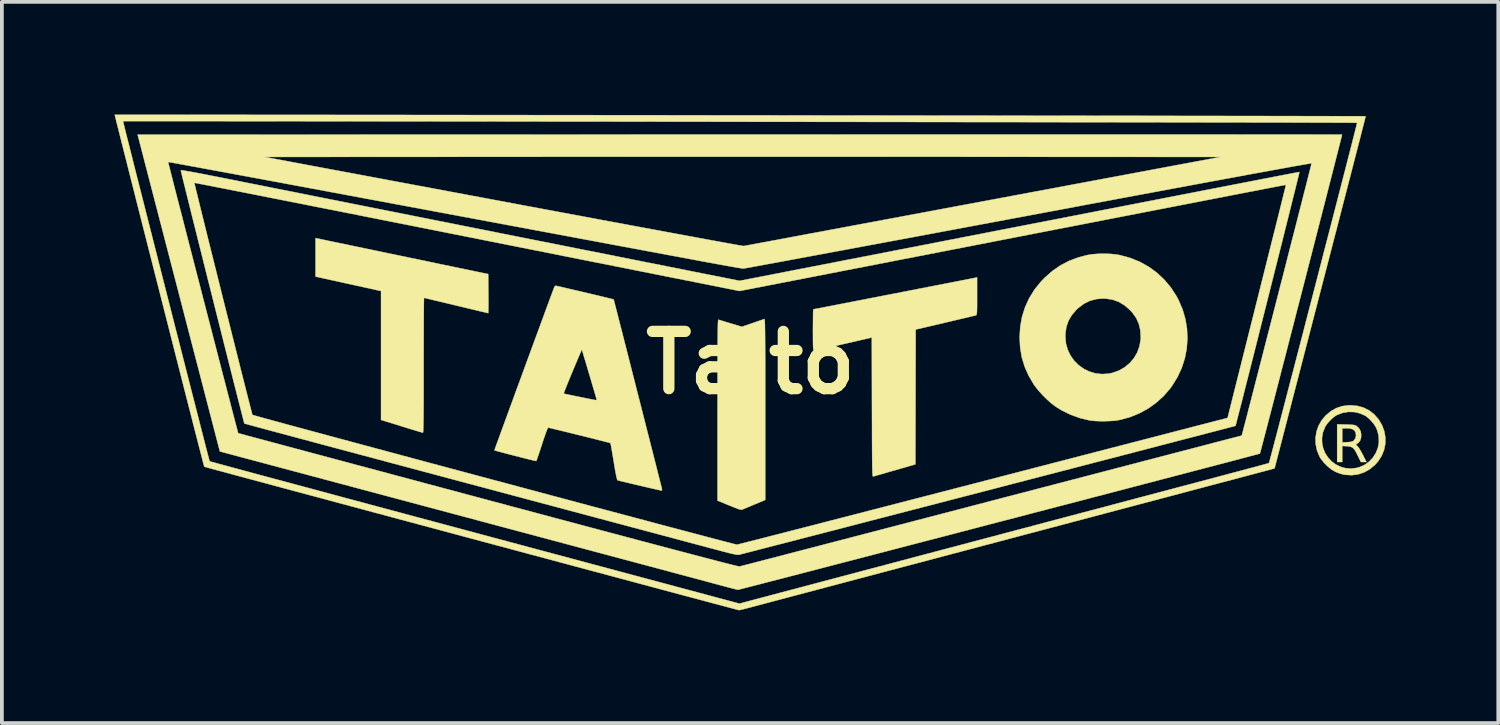
<source format=kicad_pcb>
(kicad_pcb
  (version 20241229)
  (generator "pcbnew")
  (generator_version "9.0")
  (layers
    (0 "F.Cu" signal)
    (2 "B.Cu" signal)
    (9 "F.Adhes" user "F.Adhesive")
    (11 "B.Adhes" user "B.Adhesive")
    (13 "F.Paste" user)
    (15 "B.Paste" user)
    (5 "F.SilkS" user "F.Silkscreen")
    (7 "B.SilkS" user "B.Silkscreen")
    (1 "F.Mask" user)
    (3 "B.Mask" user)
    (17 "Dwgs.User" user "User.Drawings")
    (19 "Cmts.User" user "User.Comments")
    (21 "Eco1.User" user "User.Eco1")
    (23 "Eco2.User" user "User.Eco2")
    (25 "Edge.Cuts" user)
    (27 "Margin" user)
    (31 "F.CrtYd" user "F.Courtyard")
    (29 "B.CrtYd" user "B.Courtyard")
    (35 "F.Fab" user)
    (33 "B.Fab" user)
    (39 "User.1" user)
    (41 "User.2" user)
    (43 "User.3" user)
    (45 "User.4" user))
  (footprint "Taito"
    (layer "F.Cu")
    (at 16.931 6.606)
    (property "Reference" "Taito" (at 0 0 0) (layer "F.SilkS") (effects (font (size 1.524 1.524) (thickness 0.3))))
    (attr through_hole)
    (fp_poly (pts (xy 15.848 1.645) (xy 15.945 1.648) (xy 16.014 1.652) (xy 16.062 1.658) (xy 16.095 1.666) (xy 16.12 1.678) (xy 16.131 1.686) (xy 16.199 1.75) (xy 16.238 1.824) (xy 16.252 1.901) (xy 16.249 1.995) (xy 16.223 2.074) (xy 16.177 2.132) (xy 16.157 2.146) (xy 16.108 2.174) (xy 16.157 2.224) (xy 16.185 2.259) (xy 16.222 2.316) (xy 16.263 2.388) (xy 16.3 2.458) (xy 16.392 2.642) (xy 16.244 2.642) (xy 16.158 2.465) (xy 16.112 2.374) (xy 16.072 2.309) (xy 16.032 2.267) (xy 15.988 2.241) (xy 15.932 2.227) (xy 15.864 2.221) (xy 15.748 2.214) (xy 15.748 2.642) (xy 15.613 2.642) (xy 15.613 1.744) (xy 15.748 1.744) (xy 15.748 2.12) (xy 15.882 2.114) (xy 15.954 2.109) (xy 16.002 2.101) (xy 16.034 2.087) (xy 16.06 2.067) (xy 16.101 2.006) (xy 16.116 1.931) (xy 16.104 1.857) (xy 16.073 1.803) (xy 16.018 1.767) (xy 15.937 1.748) (xy 15.86 1.744) (xy 15.748 1.744) (xy 15.613 1.744) (xy 15.613 1.639) (xy 15.848 1.645)) (stroke (width 0.01) (type solid)) (fill yes) (layer "F.SilkS"))
    (fp_poly (pts (xy 0.371 -1.16) (xy 0.374 -1.142) (xy 0.377 -1.109) (xy 0.379 -1.061) (xy 0.381 -0.995) (xy 0.382 -0.911) (xy 0.384 -0.807) (xy 0.385 -0.681) (xy 0.386 -0.533) (xy 0.387 -0.36) (xy 0.388 -0.162) (xy 0.389 0.063) (xy 0.389 0.317) (xy 0.389 0.6) (xy 0.389 0.915) (xy 0.389 1.239) (xy 0.389 3.651) (xy 0.114 3.767) (xy 0.021 3.806) (xy -0.065 3.842) (xy -0.137 3.872) (xy -0.189 3.894) (xy -0.212 3.903) (xy -0.231 3.909) (xy -0.253 3.911) (xy -0.282 3.906) (xy -0.324 3.894) (xy -0.381 3.873) (xy -0.46 3.842) (xy -0.566 3.799) (xy -0.572 3.797) (xy -0.881 3.67) (xy -0.881 1.257) (xy -0.88 0.912) (xy -0.88 0.6) (xy -0.88 0.318) (xy -0.88 0.066) (xy -0.879 -0.157) (xy -0.878 -0.354) (xy -0.877 -0.525) (xy -0.876 -0.672) (xy -0.875 -0.797) (xy -0.873 -0.9) (xy -0.872 -0.983) (xy -0.87 -1.047) (xy -0.867 -1.094) (xy -0.865 -1.126) (xy -0.862 -1.143) (xy -0.859 -1.147) (xy -0.837 -1.14) (xy -0.788 -1.125) (xy -0.717 -1.104) (xy -0.631 -1.077) (xy -0.536 -1.049) (xy -0.233 -0.958) (xy 0.057 -1.057) (xy 0.151 -1.09) (xy 0.235 -1.119) (xy 0.303 -1.142) (xy 0.349 -1.158) (xy 0.368 -1.165) (xy 0.371 -1.16)) (stroke (width 0.01) (type solid)) (fill yes) (layer "F.SilkS"))
    (fp_poly (pts (xy 16.148 1.148) (xy 16.315 1.194) (xy 16.466 1.27) (xy 16.6 1.374) (xy 16.716 1.507) (xy 16.72 1.513) (xy 16.81 1.666) (xy 16.869 1.828) (xy 16.897 1.994) (xy 16.894 2.16) (xy 16.861 2.323) (xy 16.798 2.479) (xy 16.704 2.624) (xy 16.622 2.717) (xy 16.483 2.833) (xy 16.331 2.918) (xy 16.17 2.972) (xy 15.999 2.993) (xy 15.823 2.982) (xy 15.765 2.971) (xy 15.689 2.95) (xy 15.605 2.919) (xy 15.545 2.892) (xy 15.452 2.834) (xy 15.354 2.754) (xy 15.263 2.662) (xy 15.186 2.566) (xy 15.144 2.498) (xy 15.077 2.336) (xy 15.042 2.168) (xy 15.037 2) (xy 15.038 1.998) (xy 15.209 1.998) (xy 15.212 2.14) (xy 15.241 2.277) (xy 15.293 2.404) (xy 15.368 2.52) (xy 15.461 2.621) (xy 15.571 2.704) (xy 15.694 2.766) (xy 15.829 2.805) (xy 15.974 2.818) (xy 16.125 2.801) (xy 16.197 2.782) (xy 16.337 2.722) (xy 16.459 2.636) (xy 16.562 2.528) (xy 16.642 2.403) (xy 16.697 2.266) (xy 16.724 2.12) (xy 16.72 1.97) (xy 16.716 1.944) (xy 16.698 1.866) (xy 16.674 1.786) (xy 16.653 1.734) (xy 16.602 1.649) (xy 16.533 1.561) (xy 16.455 1.482) (xy 16.378 1.421) (xy 16.363 1.411) (xy 16.22 1.347) (xy 16.068 1.312) (xy 15.912 1.308) (xy 15.759 1.333) (xy 15.613 1.389) (xy 15.575 1.41) (xy 15.507 1.459) (xy 15.434 1.527) (xy 15.365 1.602) (xy 15.311 1.675) (xy 15.293 1.707) (xy 15.235 1.852) (xy 15.209 1.998) (xy 15.038 1.998) (xy 15.063 1.834) (xy 15.118 1.676) (xy 15.202 1.529) (xy 15.305 1.407) (xy 15.441 1.292) (xy 15.586 1.209) (xy 15.742 1.156) (xy 15.914 1.133) (xy 15.968 1.132) (xy 16.148 1.148)) (stroke (width 0.01) (type solid)) (fill yes) (layer "F.SilkS"))
    (fp_poly (pts (xy -11.544 -3.31) (xy -11.525 -3.306) (xy -11.474 -3.296) (xy -11.396 -3.279) (xy -11.291 -3.257) (xy -11.162 -3.23) (xy -11.012 -3.199) (xy -10.843 -3.164) (xy -10.657 -3.125) (xy -10.457 -3.083) (xy -10.245 -3.039) (xy -10.023 -2.993) (xy -9.794 -2.945) (xy -9.56 -2.896) (xy -9.323 -2.847) (xy -9.086 -2.797) (xy -8.851 -2.749) (xy -8.621 -2.701) (xy -8.397 -2.654) (xy -8.183 -2.609) (xy -7.98 -2.567) (xy -7.79 -2.528) (xy -7.618 -2.492) (xy -7.463 -2.46) (xy -7.33 -2.432) (xy -7.219 -2.409) (xy -7.135 -2.392) (xy -7.087 -2.382) (xy -6.985 -2.361) (xy -6.981 -1.841) (xy -6.98 -1.712) (xy -6.979 -1.595) (xy -6.98 -1.493) (xy -6.981 -1.412) (xy -6.982 -1.354) (xy -6.984 -1.324) (xy -6.985 -1.321) (xy -7.003 -1.325) (xy -7.05 -1.336) (xy -7.124 -1.353) (xy -7.222 -1.376) (xy -7.34 -1.405) (xy -7.476 -1.437) (xy -7.625 -1.473) (xy -7.786 -1.511) (xy -7.839 -1.524) (xy -8.002 -1.563) (xy -8.156 -1.6) (xy -8.297 -1.634) (xy -8.421 -1.663) (xy -8.525 -1.688) (xy -8.607 -1.707) (xy -8.664 -1.721) (xy -8.692 -1.727) (xy -8.694 -1.727) (xy -8.695 -1.711) (xy -8.696 -1.662) (xy -8.698 -1.585) (xy -8.699 -1.48) (xy -8.7 -1.35) (xy -8.701 -1.197) (xy -8.702 -1.023) (xy -8.702 -0.831) (xy -8.703 -0.623) (xy -8.703 -0.401) (xy -8.704 -0.167) (xy -8.704 0.068) (xy -8.704 0.364) (xy -8.704 0.627) (xy -8.704 0.86) (xy -8.705 1.064) (xy -8.706 1.241) (xy -8.707 1.392) (xy -8.708 1.518) (xy -8.71 1.622) (xy -8.712 1.705) (xy -8.714 1.769) (xy -8.716 1.814) (xy -8.719 1.844) (xy -8.722 1.859) (xy -8.725 1.861) (xy -8.746 1.856) (xy -8.795 1.842) (xy -8.868 1.821) (xy -8.959 1.793) (xy -9.065 1.761) (xy -9.178 1.726) (xy -9.3 1.688) (xy -9.418 1.651) (xy -9.525 1.618) (xy -9.617 1.59) (xy -9.687 1.568) (xy -9.724 1.557) (xy -9.838 1.523) (xy -9.838 -1.909) (xy -10.71 -2.101) (xy -11.582 -2.293) (xy -11.582 -3.32) (xy -11.544 -3.31)) (stroke (width 0.01) (type solid)) (fill yes) (layer "F.SilkS"))
    (fp_poly (pts (xy 6.028 -1.772) (xy 6.028 -1.628) (xy 6.028 -1.515) (xy 6.026 -1.428) (xy 6.025 -1.364) (xy 6.022 -1.32) (xy 6.017 -1.291) (xy 6.012 -1.274) (xy 6.004 -1.266) (xy 5.999 -1.263) (xy 5.977 -1.257) (xy 5.925 -1.245) (xy 5.847 -1.226) (xy 5.746 -1.202) (xy 5.626 -1.174) (xy 5.489 -1.142) (xy 5.34 -1.106) (xy 5.182 -1.069) (xy 4.394 -0.885) (xy 4.386 2.704) (xy 3.84 2.862) (xy 3.708 2.899) (xy 3.587 2.934) (xy 3.479 2.966) (xy 3.388 2.992) (xy 3.32 3.011) (xy 3.277 3.024) (xy 3.264 3.027) (xy 3.259 3.027) (xy 3.255 3.023) (xy 3.252 3.013) (xy 3.248 2.995) (xy 3.245 2.968) (xy 3.243 2.929) (xy 3.241 2.877) (xy 3.239 2.81) (xy 3.237 2.726) (xy 3.236 2.623) (xy 3.235 2.499) (xy 3.234 2.353) (xy 3.233 2.182) (xy 3.232 1.985) (xy 3.232 1.76) (xy 3.231 1.505) (xy 3.23 1.219) (xy 3.23 1.182) (xy 3.226 -0.672) (xy 2.472 -0.498) (xy 2.317 -0.462) (xy 2.171 -0.429) (xy 2.038 -0.398) (xy 1.922 -0.372) (xy 1.825 -0.351) (xy 1.752 -0.335) (xy 1.705 -0.325) (xy 1.689 -0.323) (xy 1.681 -0.324) (xy 1.674 -0.332) (xy 1.669 -0.349) (xy 1.666 -0.379) (xy 1.663 -0.426) (xy 1.661 -0.492) (xy 1.66 -0.581) (xy 1.66 -0.696) (xy 1.659 -0.842) (xy 1.659 -0.872) (xy 1.66 -1.005) (xy 1.661 -1.126) (xy 1.662 -1.232) (xy 1.663 -1.318) (xy 1.665 -1.381) (xy 1.667 -1.416) (xy 1.669 -1.422) (xy 1.686 -1.426) (xy 1.734 -1.435) (xy 1.81 -1.449) (xy 1.913 -1.469) (xy 2.039 -1.494) (xy 2.186 -1.522) (xy 2.353 -1.555) (xy 2.535 -1.59) (xy 2.732 -1.628) (xy 2.941 -1.669) (xy 3.159 -1.712) (xy 3.384 -1.755) (xy 3.614 -1.8) (xy 3.846 -1.845) (xy 4.078 -1.89) (xy 4.307 -1.935) (xy 4.531 -1.979) (xy 4.748 -2.021) (xy 4.954 -2.061) (xy 5.149 -2.099) (xy 5.33 -2.134) (xy 5.493 -2.166) (xy 5.637 -2.194) (xy 5.759 -2.218) (xy 5.858 -2.238) (xy 5.929 -2.252) (xy 5.972 -2.26) (xy 5.982 -2.262) (xy 6.028 -2.272) (xy 6.028 -1.772)) (stroke (width 0.01) (type solid)) (fill yes) (layer "F.SilkS"))
    (fp_poly (pts (xy 9.597 -2.896) (xy 9.754 -2.879) (xy 9.834 -2.864) (xy 10.104 -2.79) (xy 10.359 -2.687) (xy 10.595 -2.556) (xy 10.813 -2.398) (xy 11.009 -2.214) (xy 11.184 -2.007) (xy 11.334 -1.777) (xy 11.392 -1.667) (xy 11.499 -1.418) (xy 11.573 -1.161) (xy 11.616 -0.899) (xy 11.627 -0.636) (xy 11.608 -0.373) (xy 11.557 -0.114) (xy 11.475 0.138) (xy 11.363 0.381) (xy 11.221 0.612) (xy 11.176 0.675) (xy 11.002 0.878) (xy 10.804 1.059) (xy 10.586 1.216) (xy 10.35 1.345) (xy 10.101 1.447) (xy 9.842 1.518) (xy 9.764 1.532) (xy 9.665 1.545) (xy 9.545 1.552) (xy 9.413 1.556) (xy 9.28 1.555) (xy 9.157 1.549) (xy 9.052 1.539) (xy 9.017 1.533) (xy 8.763 1.472) (xy 8.514 1.382) (xy 8.279 1.267) (xy 8.115 1.165) (xy 8.006 1.082) (xy 7.889 0.978) (xy 7.771 0.861) (xy 7.663 0.741) (xy 7.571 0.625) (xy 7.539 0.58) (xy 7.4 0.344) (xy 7.294 0.105) (xy 7.219 -0.142) (xy 7.175 -0.401) (xy 7.161 -0.673) (xy 7.161 -0.677) (xy 7.161 -0.686) (xy 8.377 -0.686) (xy 8.395 -0.508) (xy 8.442 -0.342) (xy 8.516 -0.19) (xy 8.613 -0.054) (xy 8.731 0.063) (xy 8.866 0.16) (xy 9.016 0.234) (xy 9.177 0.282) (xy 9.346 0.302) (xy 9.521 0.292) (xy 9.625 0.271) (xy 9.798 0.211) (xy 9.953 0.123) (xy 10.088 0.012) (xy 10.201 -0.12) (xy 10.289 -0.269) (xy 10.35 -0.434) (xy 10.381 -0.609) (xy 10.385 -0.686) (xy 10.373 -0.87) (xy 10.333 -1.037) (xy 10.264 -1.19) (xy 10.163 -1.332) (xy 10.094 -1.407) (xy 9.951 -1.53) (xy 9.797 -1.621) (xy 9.633 -1.68) (xy 9.456 -1.707) (xy 9.381 -1.71) (xy 9.199 -1.694) (xy 9.029 -1.648) (xy 8.872 -1.57) (xy 8.724 -1.46) (xy 8.668 -1.407) (xy 8.55 -1.269) (xy 8.463 -1.122) (xy 8.407 -0.963) (xy 8.38 -0.789) (xy 8.377 -0.686) (xy 7.161 -0.686) (xy 7.177 -0.957) (xy 7.225 -1.224) (xy 7.305 -1.478) (xy 7.415 -1.719) (xy 7.556 -1.947) (xy 7.729 -2.161) (xy 7.839 -2.274) (xy 8.039 -2.449) (xy 8.25 -2.594) (xy 8.475 -2.711) (xy 8.719 -2.803) (xy 8.955 -2.865) (xy 9.095 -2.888) (xy 9.256 -2.9) (xy 9.427 -2.903) (xy 9.597 -2.896)) (stroke (width 0.01) (type solid)) (fill yes) (layer "F.SilkS"))
    (fp_poly (pts (xy -5.165 -2.045) (xy -5.117 -2.034) (xy -5.044 -2.018) (xy -4.95 -1.996) (xy -4.839 -1.97) (xy -4.715 -1.941) (xy -4.582 -1.91) (xy -4.445 -1.878) (xy -4.306 -1.845) (xy -4.171 -1.813) (xy -4.043 -1.783) (xy -3.926 -1.755) (xy -3.825 -1.73) (xy -3.742 -1.71) (xy -3.683 -1.695) (xy -3.65 -1.687) (xy -3.646 -1.686) (xy -3.641 -1.669) (xy -3.629 -1.622) (xy -3.61 -1.547) (xy -3.584 -1.445) (xy -3.551 -1.319) (xy -3.514 -1.172) (xy -3.471 -1.004) (xy -3.423 -0.818) (xy -3.372 -0.617) (xy -3.317 -0.403) (xy -3.26 -0.177) (xy -3.2 0.057) (xy -3.139 0.299) (xy -3.076 0.545) (xy -3.013 0.794) (xy -2.949 1.043) (xy -2.886 1.29) (xy -2.824 1.534) (xy -2.764 1.771) (xy -2.705 2) (xy -2.65 2.219) (xy -2.597 2.425) (xy -2.549 2.617) (xy -2.504 2.791) (xy -2.465 2.947) (xy -2.431 3.081) (xy -2.403 3.192) (xy -2.381 3.278) (xy -2.367 3.335) (xy -2.361 3.357) (xy -2.358 3.392) (xy -2.371 3.402) (xy -2.373 3.402) (xy -2.395 3.398) (xy -2.445 3.387) (xy -2.52 3.37) (xy -2.617 3.348) (xy -2.73 3.322) (xy -2.856 3.292) (xy -2.956 3.269) (xy -3.089 3.238) (xy -3.213 3.208) (xy -3.322 3.182) (xy -3.414 3.161) (xy -3.483 3.144) (xy -3.527 3.133) (xy -3.54 3.13) (xy -3.549 3.117) (xy -3.56 3.083) (xy -3.574 3.025) (xy -3.591 2.942) (xy -3.611 2.83) (xy -3.635 2.688) (xy -3.643 2.635) (xy -3.664 2.51) (xy -3.683 2.397) (xy -3.7 2.299) (xy -3.714 2.221) (xy -3.725 2.167) (xy -3.731 2.14) (xy -3.731 2.139) (xy -3.749 2.133) (xy -3.796 2.12) (xy -3.868 2.102) (xy -3.961 2.078) (xy -4.072 2.05) (xy -4.197 2.018) (xy -4.332 1.984) (xy -4.473 1.949) (xy -4.616 1.914) (xy -4.758 1.879) (xy -4.895 1.845) (xy -5.023 1.814) (xy -5.137 1.786) (xy -5.235 1.763) (xy -5.313 1.744) (xy -5.366 1.732) (xy -5.391 1.728) (xy -5.392 1.727) (xy -5.401 1.743) (xy -5.42 1.787) (xy -5.446 1.854) (xy -5.477 1.942) (xy -5.513 2.045) (xy -5.551 2.16) (xy -5.554 2.169) (xy -5.591 2.285) (xy -5.626 2.39) (xy -5.657 2.48) (xy -5.681 2.55) (xy -5.698 2.597) (xy -5.706 2.616) (xy -5.707 2.616) (xy -5.724 2.613) (xy -5.77 2.603) (xy -5.839 2.586) (xy -5.927 2.565) (xy -6.029 2.539) (xy -6.141 2.511) (xy -6.258 2.481) (xy -6.374 2.451) (xy -6.487 2.422) (xy -6.59 2.395) (xy -6.679 2.371) (xy -6.75 2.351) (xy -6.798 2.338) (xy -6.819 2.331) (xy -6.819 2.33) (xy -6.814 2.314) (xy -6.798 2.269) (xy -6.772 2.196) (xy -6.736 2.098) (xy -6.692 1.977) (xy -6.641 1.836) (xy -6.582 1.675) (xy -6.518 1.499) (xy -6.448 1.309) (xy -6.374 1.107) (xy -6.297 0.895) (xy -6.27 0.82) (xy -4.976 0.82) (xy -4.976 0.821) (xy -4.959 0.825) (xy -4.914 0.835) (xy -4.847 0.85) (xy -4.762 0.867) (xy -4.666 0.887) (xy -4.563 0.908) (xy -4.459 0.929) (xy -4.359 0.949) (xy -4.269 0.967) (xy -4.194 0.982) (xy -4.139 0.992) (xy -4.109 0.997) (xy -4.109 0.997) (xy -4.101 0.985) (xy -4.104 0.961) (xy -4.112 0.931) (xy -4.128 0.875) (xy -4.151 0.797) (xy -4.179 0.7) (xy -4.212 0.59) (xy -4.247 0.47) (xy -4.284 0.345) (xy -4.322 0.218) (xy -4.358 0.095) (xy -4.393 -0.022) (xy -4.425 -0.127) (xy -4.451 -0.216) (xy -4.472 -0.286) (xy -4.487 -0.332) (xy -4.492 -0.349) (xy -4.492 -0.349) (xy -4.5 -0.335) (xy -4.518 -0.293) (xy -4.547 -0.227) (xy -4.585 -0.139) (xy -4.629 -0.034) (xy -4.68 0.085) (xy -4.734 0.216) (xy -4.74 0.23) (xy -4.795 0.362) (xy -4.845 0.484) (xy -4.889 0.592) (xy -4.925 0.683) (xy -4.953 0.754) (xy -4.97 0.801) (xy -4.976 0.82) (xy -6.27 0.82) (xy -6.217 0.676) (xy -6.134 0.452) (xy -6.051 0.225) (xy -5.968 -0.003) (xy -5.884 -0.23) (xy -5.803 -0.452) (xy -5.723 -0.669) (xy -5.646 -0.877) (xy -5.573 -1.075) (xy -5.505 -1.261) (xy -5.442 -1.432) (xy -5.385 -1.585) (xy -5.336 -1.72) (xy -5.294 -1.832) (xy -5.261 -1.921) (xy -5.237 -1.985) (xy -5.224 -2.019) (xy -5.201 -2.044) (xy -5.185 -2.049) (xy -5.165 -2.045)) (stroke (width 0.01) (type solid)) (fill yes) (layer "F.SilkS"))
    (fp_poly (pts (xy -15.102 -5.118) (xy -15.023 -5.105) (xy -14.916 -5.086) (xy -14.782 -5.062) (xy -14.623 -5.032) (xy -14.44 -4.996) (xy -14.235 -4.956) (xy -14.173 -4.944) (xy -14.084 -4.926) (xy -13.963 -4.902) (xy -13.812 -4.872) (xy -13.631 -4.836) (xy -13.423 -4.794) (xy -13.189 -4.748) (xy -12.929 -4.696) (xy -12.646 -4.639) (xy -12.341 -4.579) (xy -12.014 -4.514) (xy -11.669 -4.445) (xy -11.305 -4.372) (xy -10.924 -4.297) (xy -10.528 -4.218) (xy -10.118 -4.136) (xy -9.696 -4.052) (xy -9.262 -3.966) (xy -8.818 -3.877) (xy -8.366 -3.787) (xy -7.906 -3.696) (xy -7.441 -3.603) (xy -6.971 -3.51) (xy -6.739 -3.463) (xy -0.295 -2.181) (xy 6.292 -3.463) (xy 6.919 -3.585) (xy 7.514 -3.701) (xy 8.078 -3.81) (xy 8.611 -3.914) (xy 9.114 -4.012) (xy 9.588 -4.104) (xy 10.035 -4.191) (xy 10.454 -4.273) (xy 10.846 -4.349) (xy 11.213 -4.421) (xy 11.555 -4.487) (xy 11.874 -4.549) (xy 12.169 -4.607) (xy 12.443 -4.66) (xy 12.695 -4.709) (xy 12.927 -4.754) (xy 13.139 -4.795) (xy 13.333 -4.833) (xy 13.509 -4.867) (xy 13.668 -4.898) (xy 13.811 -4.925) (xy 13.938 -4.95) (xy 14.051 -4.972) (xy 14.151 -4.991) (xy 14.238 -5.008) (xy 14.313 -5.022) (xy 14.378 -5.035) (xy 14.432 -5.045) (xy 14.477 -5.054) (xy 14.513 -5.06) (xy 14.542 -5.066) (xy 14.565 -5.07) (xy 14.581 -5.073) (xy 14.593 -5.075) (xy 14.601 -5.076) (xy 14.605 -5.076) (xy 14.607 -5.076) (xy 14.607 -5.076) (xy 14.607 -5.075) (xy 14.607 -5.075) (xy 14.607 -5.075) (xy 14.604 -5.058) (xy 14.593 -5.01) (xy 14.574 -4.934) (xy 14.549 -4.83) (xy 14.517 -4.7) (xy 14.479 -4.547) (xy 14.435 -4.373) (xy 14.387 -4.179) (xy 14.334 -3.967) (xy 14.277 -3.739) (xy 14.216 -3.497) (xy 14.153 -3.242) (xy 14.086 -2.977) (xy 14.018 -2.704) (xy 13.947 -2.424) (xy 13.876 -2.14) (xy 13.803 -1.852) (xy 13.731 -1.564) (xy 13.658 -1.276) (xy 13.586 -0.992) (xy 13.516 -0.711) (xy 13.447 -0.438) (xy 13.38 -0.172) (xy 13.315 0.083) (xy 13.254 0.326) (xy 13.195 0.555) (xy 13.141 0.768) (xy 13.092 0.964) (xy 13.047 1.14) (xy 13.007 1.294) (xy 12.974 1.425) (xy 12.946 1.531) (xy 12.926 1.61) (xy 12.912 1.66) (xy 12.907 1.679) (xy 12.907 1.679) (xy 12.89 1.684) (xy 12.842 1.697) (xy 12.764 1.717) (xy 12.657 1.746) (xy 12.522 1.781) (xy 12.361 1.823) (xy 12.176 1.871) (xy 11.967 1.926) (xy 11.736 1.986) (xy 11.484 2.051) (xy 11.213 2.122) (xy 10.924 2.197) (xy 10.618 2.277) (xy 10.296 2.361) (xy 9.961 2.448) (xy 9.612 2.539) (xy 9.252 2.632) (xy 8.882 2.728) (xy 8.503 2.827) (xy 8.117 2.927) (xy 7.724 3.029) (xy 7.327 3.132) (xy 6.926 3.236) (xy 6.524 3.341) (xy 6.12 3.446) (xy 5.717 3.55) (xy 5.316 3.654) (xy 4.918 3.758) (xy 4.524 3.86) (xy 4.137 3.96) (xy 3.756 4.059) (xy 3.385 4.155) (xy 3.023 4.249) (xy 2.672 4.34) (xy 2.334 4.428) (xy 2.009 4.512) (xy 1.7 4.592) (xy 1.408 4.667) (xy 1.133 4.739) (xy 0.877 4.805) (xy 0.642 4.865) (xy 0.429 4.92) (xy 0.239 4.969) (xy 0.074 5.012) (xy -0.066 5.048) (xy -0.178 5.077) (xy -0.262 5.098) (xy -0.313 5.111) (xy -0.336 5.113) (xy -0.373 5.109) (xy -0.429 5.098) (xy -0.505 5.082) (xy -0.604 5.057) (xy -0.73 5.025) (xy -0.884 4.984) (xy -0.948 4.967) (xy -1.008 4.951) (xy -1.1 4.927) (xy -1.221 4.894) (xy -1.372 4.854) (xy -1.55 4.807) (xy -1.754 4.752) (xy -1.983 4.691) (xy -2.236 4.623) (xy -2.511 4.55) (xy -2.807 4.471) (xy -3.122 4.387) (xy -3.457 4.298) (xy -3.808 4.204) (xy -4.175 4.106) (xy -4.556 4.004) (xy -4.951 3.899) (xy -5.358 3.79) (xy -5.775 3.679) (xy -6.201 3.565) (xy -6.636 3.449) (xy -7.077 3.331) (xy -7.499 3.219) (xy -7.939 3.101) (xy -8.371 2.986) (xy -8.793 2.873) (xy -9.205 2.763) (xy -9.604 2.657) (xy -9.991 2.553) (xy -10.363 2.454) (xy -10.721 2.358) (xy -11.061 2.267) (xy -11.385 2.181) (xy -11.689 2.099) (xy -11.974 2.023) (xy -12.238 1.952) (xy -12.479 1.887) (xy -12.697 1.829) (xy -12.891 1.777) (xy -13.059 1.731) (xy -13.2 1.693) (xy -13.314 1.662) (xy -13.398 1.639) (xy -13.452 1.624) (xy -13.475 1.618) (xy -13.476 1.618) (xy -13.481 1.6) (xy -13.494 1.552) (xy -13.514 1.475) (xy -13.541 1.37) (xy -13.574 1.24) (xy -13.613 1.087) (xy -13.658 0.912) (xy -13.707 0.717) (xy -13.761 0.505) (xy -13.819 0.276) (xy -13.88 0.034) (xy -13.944 -0.221) (xy -14.011 -0.486) (xy -14.08 -0.76) (xy -14.15 -1.04) (xy -14.222 -1.324) (xy -14.294 -1.612) (xy -14.366 -1.9) (xy -14.439 -2.188) (xy -14.51 -2.472) (xy -14.58 -2.752) (xy -14.648 -3.025) (xy -14.715 -3.29) (xy -14.778 -3.545) (xy -14.839 -3.787) (xy -14.896 -4.015) (xy -14.948 -4.227) (xy -14.997 -4.422) (xy -15.04 -4.596) (xy -15.078 -4.749) (xy -15.088 -4.79) (xy -14.808 -4.79) (xy -14.804 -4.773) (xy -14.793 -4.725) (xy -14.775 -4.648) (xy -14.75 -4.545) (xy -14.718 -4.416) (xy -14.681 -4.264) (xy -14.639 -4.092) (xy -14.591 -3.9) (xy -14.539 -3.691) (xy -14.484 -3.466) (xy -14.425 -3.229) (xy -14.363 -2.98) (xy -14.298 -2.722) (xy -14.232 -2.456) (xy -14.164 -2.185) (xy -14.096 -1.911) (xy -14.027 -1.635) (xy -13.958 -1.36) (xy -13.889 -1.087) (xy -13.822 -0.818) (xy -13.756 -0.556) (xy -13.692 -0.302) (xy -13.631 -0.058) (xy -13.573 0.173) (xy -13.518 0.39) (xy -13.467 0.592) (xy -13.42 0.775) (xy -13.379 0.938) (xy -13.343 1.078) (xy -13.313 1.195) (xy -13.289 1.286) (xy -13.273 1.35) (xy -13.263 1.383) (xy -13.262 1.387) (xy -13.245 1.393) (xy -13.196 1.407) (xy -13.118 1.429) (xy -13.011 1.459) (xy -12.877 1.496) (xy -12.716 1.54) (xy -12.531 1.59) (xy -12.323 1.647) (xy -12.093 1.709) (xy -11.842 1.777) (xy -11.572 1.85) (xy -11.284 1.928) (xy -10.979 2.01) (xy -10.66 2.096) (xy -10.326 2.186) (xy -9.98 2.279) (xy -9.623 2.375) (xy -9.256 2.474) (xy -8.88 2.575) (xy -8.498 2.678) (xy -8.109 2.782) (xy -7.716 2.887) (xy -7.321 2.993) (xy -6.923 3.1) (xy -6.525 3.206) (xy -6.128 3.312) (xy -5.733 3.418) (xy -5.342 3.523) (xy -4.956 3.626) (xy -4.577 3.727) (xy -4.205 3.827) (xy -3.842 3.923) (xy -3.489 4.017) (xy -3.149 4.108) (xy -2.821 4.195) (xy -2.508 4.279) (xy -2.21 4.358) (xy -1.93 4.432) (xy -1.669 4.501) (xy -1.427 4.565) (xy -1.206 4.624) (xy -1.008 4.676) (xy -0.834 4.722) (xy -0.685 4.761) (xy -0.562 4.792) (xy -0.468 4.817) (xy -0.402 4.833) (xy -0.368 4.841) (xy -0.363 4.842) (xy -0.344 4.838) (xy -0.294 4.825) (xy -0.213 4.805) (xy -0.102 4.777) (xy 0.036 4.742) (xy 0.202 4.7) (xy 0.393 4.651) (xy 0.61 4.595) (xy 0.85 4.534) (xy 1.112 4.466) (xy 1.396 4.393) (xy 1.7 4.315) (xy 2.024 4.231) (xy 2.365 4.143) (xy 2.723 4.051) (xy 3.097 3.954) (xy 3.485 3.854) (xy 3.887 3.75) (xy 4.301 3.643) (xy 4.727 3.533) (xy 5.162 3.42) (xy 5.606 3.305) (xy 5.852 3.242) (xy 6.303 3.125) (xy 6.748 3.009) (xy 7.185 2.896) (xy 7.613 2.785) (xy 8.03 2.677) (xy 8.436 2.572) (xy 8.828 2.47) (xy 9.207 2.372) (xy 9.57 2.278) (xy 9.917 2.188) (xy 10.246 2.103) (xy 10.556 2.023) (xy 10.846 1.948) (xy 11.115 1.878) (xy 11.361 1.814) (xy 11.584 1.757) (xy 11.781 1.705) (xy 11.952 1.661) (xy 12.096 1.624) (xy 12.211 1.594) (xy 12.296 1.572) (xy 12.35 1.558) (xy 12.363 1.555) (xy 12.696 1.469) (xy 13.475 -1.632) (xy 13.554 -1.949) (xy 13.631 -2.256) (xy 13.706 -2.554) (xy 13.777 -2.839) (xy 13.845 -3.11) (xy 13.91 -3.367) (xy 13.97 -3.606) (xy 14.025 -3.827) (xy 14.075 -4.028) (xy 14.12 -4.207) (xy 14.158 -4.363) (xy 14.191 -4.494) (xy 14.217 -4.598) (xy 14.236 -4.675) (xy 14.247 -4.721) (xy 14.251 -4.737) (xy 14.234 -4.734) (xy 14.185 -4.724) (xy 14.105 -4.709) (xy 13.995 -4.688) (xy 13.856 -4.661) (xy 13.689 -4.629) (xy 13.496 -4.591) (xy 13.276 -4.549) (xy 13.032 -4.502) (xy 12.764 -4.45) (xy 12.473 -4.393) (xy 12.161 -4.333) (xy 11.829 -4.268) (xy 11.477 -4.2) (xy 11.107 -4.128) (xy 10.719 -4.053) (xy 10.315 -3.974) (xy 9.896 -3.893) (xy 9.464 -3.809) (xy 9.018 -3.722) (xy 8.56 -3.633) (xy 8.091 -3.542) (xy 7.612 -3.449) (xy 7.125 -3.354) (xy 6.976 -3.325) (xy -0.295 -1.91) (xy -7.547 -3.354) (xy -8.036 -3.451) (xy -8.517 -3.547) (xy -8.988 -3.641) (xy -9.449 -3.732) (xy -9.898 -3.821) (xy -10.334 -3.908) (xy -10.757 -3.992) (xy -11.164 -4.073) (xy -11.556 -4.15) (xy -11.931 -4.225) (xy -12.288 -4.295) (xy -12.626 -4.362) (xy -12.944 -4.425) (xy -13.241 -4.484) (xy -13.515 -4.538) (xy -13.766 -4.587) (xy -13.993 -4.632) (xy -14.194 -4.671) (xy -14.368 -4.706) (xy -14.515 -4.734) (xy -14.634 -4.757) (xy -14.722 -4.774) (xy -14.78 -4.785) (xy -14.806 -4.79) (xy -14.808 -4.79) (xy -15.088 -4.79) (xy -15.11 -4.878) (xy -15.135 -4.982) (xy -15.154 -5.059) (xy -15.165 -5.107) (xy -15.168 -5.123) (xy -15.151 -5.124) (xy -15.102 -5.118)) (stroke (width 0.01) (type solid)) (fill yes) (layer "F.SilkS"))
    (fp_poly (pts (xy 8.994 -6.076) (xy 9.547 -6.076) (xy 10.082 -6.076) (xy 10.598 -6.076) (xy 11.093 -6.076) (xy 11.568 -6.076) (xy 12.021 -6.076) (xy 12.452 -6.076) (xy 12.859 -6.076) (xy 13.244 -6.075) (xy 13.603 -6.075) (xy 13.938 -6.075) (xy 14.246 -6.075) (xy 14.528 -6.075) (xy 14.782 -6.075) (xy 15.009 -6.074) (xy 15.206 -6.074) (xy 15.374 -6.074) (xy 15.511 -6.074) (xy 15.617 -6.073) (xy 15.692 -6.073) (xy 15.734 -6.073) (xy 15.743 -6.073) (xy 15.74 -6.056) (xy 15.728 -6.008) (xy 15.709 -5.931) (xy 15.682 -5.826) (xy 15.649 -5.695) (xy 15.609 -5.539) (xy 15.564 -5.36) (xy 15.513 -5.161) (xy 15.457 -4.942) (xy 15.396 -4.705) (xy 15.332 -4.452) (xy 15.263 -4.185) (xy 15.191 -3.904) (xy 15.116 -3.613) (xy 15.039 -3.312) (xy 14.96 -3.004) (xy 14.879 -2.689) (xy 14.797 -2.37) (xy 14.714 -2.048) (xy 14.631 -1.724) (xy 14.547 -1.402) (xy 14.465 -1.081) (xy 14.383 -0.765) (xy 14.303 -0.454) (xy 14.225 -0.15) (xy 14.148 0.145) (xy 14.075 0.429) (xy 14.004 0.702) (xy 13.938 0.96) (xy 13.875 1.203) (xy 13.816 1.429) (xy 13.762 1.635) (xy 13.714 1.822) (xy 13.671 1.986) (xy 13.634 2.126) (xy 13.604 2.241) (xy 13.581 2.328) (xy 13.565 2.387) (xy 13.557 2.415) (xy 13.556 2.417) (xy 13.539 2.422) (xy 13.491 2.436) (xy 13.412 2.457) (xy 13.305 2.485) (xy 13.17 2.521) (xy 13.008 2.564) (xy 12.822 2.613) (xy 12.612 2.668) (xy 12.38 2.729) (xy 12.126 2.795) (xy 11.853 2.867) (xy 11.562 2.943) (xy 11.253 3.024) (xy 10.928 3.109) (xy 10.589 3.198) (xy 10.237 3.29) (xy 9.872 3.386) (xy 9.497 3.484) (xy 9.113 3.584) (xy 8.721 3.687) (xy 8.321 3.791) (xy 7.917 3.896) (xy 7.508 4.003) (xy 7.097 4.111) (xy 6.683 4.218) (xy 6.27 4.326) (xy 5.858 4.434) (xy 5.448 4.541) (xy 5.042 4.647) (xy 4.64 4.751) (xy 4.245 4.854) (xy 3.858 4.955) (xy 3.48 5.054) (xy 3.111 5.15) (xy 2.754 5.243) (xy 2.41 5.332) (xy 2.08 5.418) (xy 1.766 5.5) (xy 1.468 5.577) (xy 1.188 5.65) (xy 0.927 5.718) (xy 0.687 5.78) (xy 0.469 5.836) (xy 0.274 5.887) (xy 0.103 5.931) (xy -0.041 5.968) (xy -0.159 5.998) (xy -0.248 6.021) (xy -0.308 6.036) (xy -0.336 6.043) (xy -0.339 6.043) (xy -0.361 6.039) (xy -0.411 6.026) (xy -0.486 6.007) (xy -0.583 5.982) (xy -0.695 5.952) (xy -0.821 5.918) (xy -0.923 5.891) (xy -0.98 5.875) (xy -1.068 5.852) (xy -1.187 5.82) (xy -1.334 5.78) (xy -1.51 5.733) (xy -1.711 5.679) (xy -1.938 5.619) (xy -2.189 5.551) (xy -2.463 5.478) (xy -2.758 5.399) (xy -3.074 5.315) (xy -3.408 5.225) (xy -3.76 5.131) (xy -4.129 5.033) (xy -4.513 4.93) (xy -4.91 4.824) (xy -5.321 4.714) (xy -5.743 4.601) (xy -6.175 4.486) (xy -6.617 4.368) (xy -7.066 4.248) (xy -7.521 4.126) (xy -7.805 4.05) (xy -14.128 2.361) (xy -15.223 -1.855) (xy -16.129 -5.344) (xy -15.506 -5.344) (xy -15.502 -5.328) (xy -15.491 -5.28) (xy -15.471 -5.204) (xy -15.445 -5.1) (xy -15.412 -4.97) (xy -15.373 -4.817) (xy -15.328 -4.641) (xy -15.278 -4.446) (xy -15.223 -4.232) (xy -15.163 -4.002) (xy -15.1 -3.757) (xy -15.034 -3.499) (xy -14.965 -3.23) (xy -14.893 -2.951) (xy -14.819 -2.665) (xy -14.744 -2.374) (xy -14.667 -2.078) (xy -14.591 -1.781) (xy -14.514 -1.483) (xy -14.437 -1.186) (xy -14.361 -0.894) (xy -14.287 -0.606) (xy -14.214 -0.325) (xy -14.144 -0.053) (xy -14.076 0.209) (xy -14.011 0.458) (xy -13.95 0.693) (xy -13.893 0.912) (xy -13.841 1.114) (xy -13.794 1.295) (xy -13.752 1.456) (xy -13.716 1.593) (xy -13.686 1.705) (xy -13.664 1.79) (xy -13.649 1.847) (xy -13.641 1.873) (xy -13.641 1.875) (xy -13.624 1.879) (xy -13.576 1.892) (xy -13.498 1.913) (xy -13.39 1.943) (xy -13.254 1.979) (xy -13.09 2.023) (xy -12.9 2.074) (xy -12.685 2.132) (xy -12.446 2.196) (xy -12.184 2.266) (xy -11.901 2.342) (xy -11.596 2.424) (xy -11.272 2.51) (xy -10.929 2.602) (xy -10.569 2.699) (xy -10.192 2.799) (xy -9.8 2.904) (xy -9.394 3.013) (xy -8.975 3.125) (xy -8.543 3.241) (xy -8.101 3.359) (xy -7.649 3.48) (xy -7.188 3.603) (xy -6.993 3.656) (xy -6.379 3.82) (xy -5.798 3.975) (xy -5.248 4.122) (xy -4.73 4.26) (xy -4.243 4.39) (xy -3.786 4.512) (xy -3.36 4.625) (xy -2.963 4.731) (xy -2.596 4.828) (xy -2.257 4.918) (xy -1.947 5) (xy -1.666 5.074) (xy -1.411 5.141) (xy -1.185 5.2) (xy -0.984 5.252) (xy -0.811 5.298) (xy -0.663 5.336) (xy -0.541 5.367) (xy -0.444 5.391) (xy -0.371 5.408) (xy -0.323 5.419) (xy -0.299 5.424) (xy -0.296 5.424) (xy -0.276 5.419) (xy -0.225 5.405) (xy -0.143 5.384) (xy -0.032 5.356) (xy 0.108 5.319) (xy 0.275 5.276) (xy 0.467 5.226) (xy 0.685 5.17) (xy 0.926 5.107) (xy 1.189 5.038) (xy 1.474 4.964) (xy 1.78 4.885) (xy 2.104 4.8) (xy 2.446 4.711) (xy 2.806 4.617) (xy 3.18 4.52) (xy 3.57 4.418) (xy 3.973 4.313) (xy 4.388 4.205) (xy 4.814 4.094) (xy 5.251 3.98) (xy 5.696 3.864) (xy 5.977 3.79) (xy 6.432 3.671) (xy 6.88 3.554) (xy 7.32 3.44) (xy 7.752 3.327) (xy 8.174 3.217) (xy 8.584 3.11) (xy 8.982 3.006) (xy 9.366 2.906) (xy 9.736 2.809) (xy 10.089 2.717) (xy 10.425 2.629) (xy 10.742 2.547) (xy 11.039 2.469) (xy 11.316 2.397) (xy 11.57 2.331) (xy 11.8 2.271) (xy 12.006 2.217) (xy 12.185 2.17) (xy 12.337 2.13) (xy 12.461 2.098) (xy 12.555 2.074) (xy 12.618 2.057) (xy 12.637 2.052) (xy 13.073 1.939) (xy 13.089 1.88) (xy 13.111 1.797) (xy 13.139 1.688) (xy 13.175 1.553) (xy 13.216 1.395) (xy 13.262 1.215) (xy 13.314 1.015) (xy 13.37 0.797) (xy 13.43 0.563) (xy 13.494 0.315) (xy 13.561 0.054) (xy 13.631 -0.218) (xy 13.703 -0.499) (xy 13.777 -0.787) (xy 13.853 -1.08) (xy 13.929 -1.377) (xy 14.006 -1.676) (xy 14.082 -1.975) (xy 14.159 -2.272) (xy 14.234 -2.566) (xy 14.307 -2.854) (xy 14.379 -3.135) (xy 14.449 -3.407) (xy 14.516 -3.668) (xy 14.579 -3.916) (xy 14.639 -4.15) (xy 14.694 -4.368) (xy 14.745 -4.567) (xy 14.791 -4.747) (xy 14.831 -4.905) (xy 14.865 -5.04) (xy 14.893 -5.149) (xy 14.913 -5.231) (xy 14.926 -5.285) (xy 14.932 -5.308) (xy 14.932 -5.308) (xy 14.915 -5.307) (xy 14.864 -5.299) (xy 14.781 -5.285) (xy 14.665 -5.265) (xy 14.516 -5.239) (xy 14.334 -5.206) (xy 14.12 -5.167) (xy 13.873 -5.122) (xy 13.594 -5.071) (xy 13.282 -5.014) (xy 12.939 -4.95) (xy 12.563 -4.881) (xy 12.155 -4.806) (xy 11.716 -4.724) (xy 11.245 -4.637) (xy 10.742 -4.543) (xy 10.208 -4.444) (xy 9.643 -4.338) (xy 9.046 -4.227) (xy 8.418 -4.109) (xy 7.759 -3.986) (xy 7.391 -3.917) (xy 6.892 -3.824) (xy 6.401 -3.732) (xy 5.919 -3.642) (xy 5.447 -3.554) (xy 4.987 -3.468) (xy 4.539 -3.384) (xy 4.105 -3.303) (xy 3.685 -3.225) (xy 3.281 -3.15) (xy 2.894 -3.078) (xy 2.524 -3.009) (xy 2.173 -2.944) (xy 1.842 -2.882) (xy 1.532 -2.825) (xy 1.244 -2.771) (xy 0.979 -2.722) (xy 0.738 -2.677) (xy 0.522 -2.638) (xy 0.333 -2.603) (xy 0.17 -2.573) (xy 0.036 -2.548) (xy -0.068 -2.529) (xy -0.142 -2.516) (xy -0.185 -2.508) (xy -0.196 -2.507) (xy -0.221 -2.51) (xy -0.276 -2.519) (xy -0.359 -2.532) (xy -0.467 -2.551) (xy -0.597 -2.574) (xy -0.746 -2.601) (xy -0.912 -2.631) (xy -1.091 -2.664) (xy -1.282 -2.699) (xy -1.423 -2.725) (xy -1.526 -2.745) (xy -1.661 -2.77) (xy -1.827 -2.801) (xy -2.021 -2.837) (xy -2.243 -2.878) (xy -2.491 -2.925) (xy -2.764 -2.975) (xy -3.06 -3.031) (xy -3.378 -3.09) (xy -3.717 -3.153) (xy -4.074 -3.22) (xy -4.449 -3.29) (xy -4.841 -3.363) (xy -5.247 -3.439) (xy -5.667 -3.517) (xy -6.098 -3.598) (xy -6.54 -3.68) (xy -6.991 -3.764) (xy -7.45 -3.85) (xy -7.915 -3.937) (xy -8.385 -4.024) (xy -8.858 -4.113) (xy -9.049 -4.148) (xy -9.511 -4.234) (xy -9.964 -4.319) (xy -10.407 -4.401) (xy -10.84 -4.482) (xy -11.26 -4.56) (xy -11.668 -4.636) (xy -12.061 -4.709) (xy -12.44 -4.78) (xy -12.801 -4.847) (xy -13.146 -4.911) (xy -13.471 -4.971) (xy -13.777 -5.028) (xy -14.062 -5.08) (xy -14.324 -5.129) (xy -14.563 -5.173) (xy -14.778 -5.213) (xy -14.968 -5.247) (xy -15.131 -5.277) (xy -15.266 -5.302) (xy -15.372 -5.321) (xy -15.448 -5.335) (xy -15.493 -5.343) (xy -15.506 -5.344) (xy -16.129 -5.344) (xy -16.163 -5.478) (xy -12.94 -5.478) (xy -6.584 -4.29) (xy -6.126 -4.204) (xy -5.676 -4.12) (xy -5.235 -4.038) (xy -4.805 -3.958) (xy -4.387 -3.88) (xy -3.982 -3.804) (xy -3.591 -3.732) (xy -3.215 -3.662) (xy -2.855 -3.595) (xy -2.513 -3.532) (xy -2.19 -3.472) (xy -1.887 -3.416) (xy -1.604 -3.364) (xy -1.344 -3.316) (xy -1.107 -3.272) (xy -0.894 -3.233) (xy -0.707 -3.199) (xy -0.547 -3.17) (xy -0.414 -3.146) (xy -0.311 -3.128) (xy -0.238 -3.115) (xy -0.196 -3.108) (xy -0.186 -3.107) (xy -0.167 -3.111) (xy -0.115 -3.12) (xy -0.032 -3.135) (xy 0.08 -3.156) (xy 0.221 -3.183) (xy 0.39 -3.214) (xy 0.585 -3.25) (xy 0.805 -3.291) (xy 1.05 -3.337) (xy 1.317 -3.387) (xy 1.606 -3.441) (xy 1.915 -3.498) (xy 2.244 -3.56) (xy 2.592 -3.625) (xy 2.956 -3.693) (xy 3.337 -3.764) (xy 3.732 -3.838) (xy 4.141 -3.914) (xy 4.563 -3.993) (xy 4.996 -4.074) (xy 5.439 -4.157) (xy 5.891 -4.241) (xy 6.181 -4.295) (xy 12.507 -5.478) (xy 6.153 -5.482) (xy 5.61 -5.483) (xy 5.035 -5.483) (xy 4.434 -5.483) (xy 3.809 -5.483) (xy 3.164 -5.484) (xy 2.502 -5.484) (xy 1.827 -5.484) (xy 1.141 -5.484) (xy 0.449 -5.484) (xy -0.246 -5.484) (xy -0.942 -5.484) (xy -1.634 -5.484) (xy -2.318 -5.484) (xy -2.993 -5.484) (xy -3.654 -5.483) (xy -4.297 -5.483) (xy -4.921 -5.483) (xy -5.52 -5.483) (xy -6.092 -5.482) (xy -6.57 -5.482) (xy -12.94 -5.478) (xy -16.163 -5.478) (xy -16.317 -6.071) (xy -0.29 -6.075) (xy 0.446 -6.075) (xy 1.173 -6.075) (xy 1.892 -6.075) (xy 2.601 -6.076) (xy 3.3 -6.076) (xy 3.987 -6.076) (xy 4.662 -6.076) (xy 5.325 -6.076) (xy 5.974 -6.076) (xy 6.61 -6.076) (xy 7.23 -6.076) (xy 7.834 -6.076) (xy 8.423 -6.076) (xy 8.994 -6.076)) (stroke (width 0.01) (type solid)) (fill yes) (layer "F.SilkS"))
    (fp_poly (pts (xy -16.145 -6.601) (xy -15.915 -6.601) (xy -15.659 -6.601) (xy -15.377 -6.601) (xy -15.07 -6.601) (xy -14.738 -6.6) (xy -14.384 -6.6) (xy -14.006 -6.6) (xy -13.608 -6.6) (xy -13.189 -6.599) (xy -12.75 -6.599) (xy -12.292 -6.599) (xy -11.816 -6.598) (xy -11.323 -6.598) (xy -10.814 -6.597) (xy -10.29 -6.597) (xy -9.751 -6.596) (xy -9.198 -6.596) (xy -8.633 -6.595) (xy -8.056 -6.595) (xy -7.468 -6.594) (xy -6.87 -6.593) (xy -6.263 -6.593) (xy -5.647 -6.592) (xy -5.024 -6.591) (xy -4.395 -6.591) (xy -3.76 -6.59) (xy -3.12 -6.589) (xy -2.477 -6.589) (xy -1.83 -6.588) (xy -1.181 -6.587) (xy -0.531 -6.586) (xy 0.119 -6.586) (xy 0.769 -6.585) (xy 1.417 -6.584) (xy 2.063 -6.583) (xy 2.706 -6.583) (xy 3.345 -6.582) (xy 3.979 -6.581) (xy 4.607 -6.58) (xy 5.228 -6.579) (xy 5.842 -6.579) (xy 6.447 -6.578) (xy 7.043 -6.577) (xy 7.629 -6.576) (xy 8.203 -6.576) (xy 8.766 -6.575) (xy 9.315 -6.574) (xy 9.851 -6.573) (xy 10.372 -6.573) (xy 10.878 -6.572) (xy 11.367 -6.571) (xy 11.839 -6.57) (xy 12.293 -6.57) (xy 12.728 -6.569) (xy 13.142 -6.568) (xy 13.536 -6.568) (xy 13.908 -6.567) (xy 14.258 -6.567) (xy 14.584 -6.566) (xy 14.886 -6.565) (xy 15.163 -6.565) (xy 15.413 -6.564) (xy 15.636 -6.564) (xy 15.832 -6.563) (xy 15.999 -6.563) (xy 16.136 -6.563) (xy 16.243 -6.562) (xy 16.318 -6.562) (xy 16.361 -6.562) (xy 16.371 -6.561) (xy 16.367 -6.545) (xy 16.355 -6.497) (xy 16.336 -6.419) (xy 16.308 -6.312) (xy 16.274 -6.177) (xy 16.233 -6.016) (xy 16.185 -5.83) (xy 16.131 -5.621) (xy 16.071 -5.389) (xy 16.006 -5.135) (xy 15.935 -4.863) (xy 15.86 -4.571) (xy 15.78 -4.263) (xy 15.696 -3.938) (xy 15.609 -3.599) (xy 15.517 -3.247) (xy 15.423 -2.883) (xy 15.326 -2.508) (xy 15.226 -2.123) (xy 15.161 -1.873) (xy 13.947 2.812) (xy 13.861 2.836) (xy 13.839 2.842) (xy 13.785 2.857) (xy 13.701 2.879) (xy 13.587 2.909) (xy 13.445 2.947) (xy 13.275 2.992) (xy 13.08 3.044) (xy 12.859 3.103) (xy 12.614 3.167) (xy 12.347 3.238) (xy 12.057 3.315) (xy 11.747 3.397) (xy 11.418 3.485) (xy 11.07 3.577) (xy 10.704 3.674) (xy 10.322 3.775) (xy 9.925 3.88) (xy 9.514 3.989) (xy 9.09 4.102) (xy 8.653 4.217) (xy 8.206 4.336) (xy 7.75 4.457) (xy 7.284 4.58) (xy 6.993 4.657) (xy 6.522 4.782) (xy 6.057 4.905) (xy 5.601 5.026) (xy 5.154 5.144) (xy 4.718 5.26) (xy 4.294 5.372) (xy 3.882 5.481) (xy 3.485 5.586) (xy 3.102 5.688) (xy 2.736 5.784) (xy 2.388 5.877) (xy 2.058 5.964) (xy 1.748 6.046) (xy 1.458 6.123) (xy 1.191 6.194) (xy 0.946 6.259) (xy 0.726 6.317) (xy 0.531 6.369) (xy 0.362 6.414) (xy 0.221 6.451) (xy 0.109 6.481) (xy 0.027 6.503) (xy -0.025 6.516) (xy -0.039 6.52) (xy -0.128 6.543) (xy -0.205 6.563) (xy -0.265 6.577) (xy -0.302 6.585) (xy -0.31 6.585) (xy -0.328 6.581) (xy -0.377 6.568) (xy -0.457 6.547) (xy -0.566 6.518) (xy -0.704 6.481) (xy -0.869 6.437) (xy -1.061 6.386) (xy -1.278 6.328) (xy -1.519 6.263) (xy -1.784 6.193) (xy -2.07 6.116) (xy -2.378 6.034) (xy -2.706 5.946) (xy -3.053 5.853) (xy -3.417 5.755) (xy -3.799 5.653) (xy -4.196 5.547) (xy -4.609 5.436) (xy -5.035 5.322) (xy -5.473 5.204) (xy -5.924 5.084) (xy -6.384 4.96) (xy -6.855 4.834) (xy -7.334 4.706) (xy -7.434 4.679) (xy -7.914 4.55) (xy -8.386 4.423) (xy -8.849 4.299) (xy -9.301 4.178) (xy -9.742 4.059) (xy -10.17 3.945) (xy -10.585 3.833) (xy -10.985 3.726) (xy -11.37 3.622) (xy -11.737 3.524) (xy -12.087 3.43) (xy -12.419 3.341) (xy -12.73 3.257) (xy -13.02 3.179) (xy -13.289 3.107) (xy -13.534 3.041) (xy -13.756 2.981) (xy -13.952 2.928) (xy -14.122 2.882) (xy -14.265 2.844) (xy -14.379 2.813) (xy -14.464 2.789) (xy -14.519 2.774) (xy -14.543 2.768) (xy -14.544 2.768) (xy -14.548 2.751) (xy -14.561 2.703) (xy -14.582 2.625) (xy -14.609 2.519) (xy -14.643 2.387) (xy -14.684 2.23) (xy -14.73 2.049) (xy -14.782 1.847) (xy -14.839 1.625) (xy -14.9 1.384) (xy -14.966 1.127) (xy -15.036 0.854) (xy -15.109 0.567) (xy -15.185 0.268) (xy -15.264 -0.041) (xy -15.345 -0.36) (xy -15.428 -0.686) (xy -15.512 -1.017) (xy -15.598 -1.353) (xy -15.684 -1.692) (xy -15.77 -2.031) (xy -15.857 -2.37) (xy -15.942 -2.707) (xy -16.027 -3.04) (xy -16.11 -3.368) (xy -16.192 -3.689) (xy -16.271 -4.002) (xy -16.348 -4.304) (xy -16.421 -4.595) (xy -16.492 -4.873) (xy -16.558 -5.135) (xy -16.62 -5.382) (xy -16.678 -5.61) (xy -16.731 -5.819) (xy -16.778 -6.006) (xy -16.82 -6.171) (xy -16.855 -6.312) (xy -16.884 -6.426) (xy -16.885 -6.43) (xy -16.706 -6.43) (xy -16.703 -6.414) (xy -16.691 -6.366) (xy -16.672 -6.288) (xy -16.646 -6.183) (xy -16.613 -6.051) (xy -16.573 -5.894) (xy -16.528 -5.715) (xy -16.477 -5.514) (xy -16.422 -5.293) (xy -16.361 -5.053) (xy -16.296 -4.797) (xy -16.227 -4.526) (xy -16.155 -4.242) (xy -16.08 -3.945) (xy -16.002 -3.639) (xy -15.922 -3.324) (xy -15.84 -3.002) (xy -15.757 -2.674) (xy -15.673 -2.343) (xy -15.588 -2.01) (xy -15.503 -1.676) (xy -15.418 -1.343) (xy -15.334 -1.013) (xy -15.251 -0.688) (xy -15.169 -0.368) (xy -15.09 -0.056) (xy -15.012 0.247) (xy -14.938 0.539) (xy -14.866 0.819) (xy -14.798 1.085) (xy -14.734 1.335) (xy -14.674 1.568) (xy -14.62 1.782) (xy -14.57 1.975) (xy -14.526 2.147) (xy -14.488 2.295) (xy -14.456 2.417) (xy -14.431 2.513) (xy -14.413 2.579) (xy -14.403 2.616) (xy -14.401 2.623) (xy -14.384 2.628) (xy -14.336 2.642) (xy -14.257 2.663) (xy -14.148 2.693) (xy -14.011 2.73) (xy -13.846 2.775) (xy -13.655 2.826) (xy -13.439 2.885) (xy -13.199 2.95) (xy -12.935 3.021) (xy -12.649 3.098) (xy -12.342 3.18) (xy -12.015 3.268) (xy -11.669 3.361) (xy -11.305 3.459) (xy -10.925 3.562) (xy -10.528 3.668) (xy -10.117 3.779) (xy -9.692 3.893) (xy -9.254 4.01) (xy -8.805 4.131) (xy -8.346 4.254) (xy -7.876 4.38) (xy -7.399 4.508) (xy -7.344 4.523) (xy -0.296 6.412) (xy -0.186 6.382) (xy -0.162 6.376) (xy -0.107 6.361) (xy -0.021 6.338) (xy 0.095 6.307) (xy 0.238 6.269) (xy 0.41 6.224) (xy 0.607 6.171) (xy 0.829 6.112) (xy 1.075 6.047) (xy 1.344 5.976) (xy 1.635 5.899) (xy 1.947 5.816) (xy 2.278 5.728) (xy 2.628 5.636) (xy 2.995 5.538) (xy 3.378 5.437) (xy 3.776 5.331) (xy 4.189 5.222) (xy 4.614 5.109) (xy 5.052 4.993) (xy 5.5 4.875) (xy 5.958 4.753) (xy 6.424 4.63) (xy 6.739 4.546) (xy 7.312 4.395) (xy 7.853 4.251) (xy 8.363 4.116) (xy 8.843 3.989) (xy 9.294 3.87) (xy 9.716 3.758) (xy 10.112 3.653) (xy 10.481 3.555) (xy 10.824 3.464) (xy 11.143 3.38) (xy 11.438 3.301) (xy 11.711 3.229) (xy 11.962 3.163) (xy 12.192 3.102) (xy 12.401 3.046) (xy 12.592 2.995) (xy 12.765 2.949) (xy 12.92 2.908) (xy 13.059 2.871) (xy 13.183 2.838) (xy 13.291 2.809) (xy 13.387 2.784) (xy 13.469 2.762) (xy 13.54 2.742) (xy 13.6 2.726) (xy 13.65 2.713) (xy 13.691 2.701) (xy 13.723 2.692) (xy 13.748 2.685) (xy 13.767 2.68) (xy 13.781 2.676) (xy 13.79 2.673) (xy 13.795 2.671) (xy 13.798 2.669) (xy 13.799 2.668) (xy 13.798 2.668) (xy 13.798 2.667) (xy 13.799 2.666) (xy 13.804 2.649) (xy 13.818 2.6) (xy 13.839 2.522) (xy 13.867 2.417) (xy 13.902 2.284) (xy 13.943 2.128) (xy 13.99 1.948) (xy 14.043 1.746) (xy 14.101 1.525) (xy 14.163 1.286) (xy 14.23 1.03) (xy 14.3 0.758) (xy 14.374 0.474) (xy 14.452 0.178) (xy 14.531 -0.129) (xy 14.613 -0.444) (xy 14.697 -0.766) (xy 14.781 -1.093) (xy 14.867 -1.424) (xy 14.954 -1.757) (xy 15.04 -2.091) (xy 15.126 -2.423) (xy 15.211 -2.753) (xy 15.295 -3.078) (xy 15.378 -3.398) (xy 15.459 -3.709) (xy 15.537 -4.012) (xy 15.612 -4.304) (xy 15.684 -4.583) (xy 15.752 -4.849) (xy 15.817 -5.099) (xy 15.876 -5.331) (xy 15.931 -5.545) (xy 15.981 -5.738) (xy 16.024 -5.909) (xy 16.062 -6.057) (xy 16.093 -6.179) (xy 16.117 -6.274) (xy 16.133 -6.341) (xy 16.142 -6.377) (xy 16.143 -6.384) (xy 16.142 -6.384) (xy 16.14 -6.385) (xy 16.136 -6.385) (xy 16.129 -6.386) (xy 16.12 -6.386) (xy 16.107 -6.387) (xy 16.089 -6.387) (xy 16.067 -6.388) (xy 16.039 -6.388) (xy 16.006 -6.389) (xy 15.966 -6.389) (xy 15.918 -6.389) (xy 15.863 -6.39) (xy 15.8 -6.39) (xy 15.727 -6.391) (xy 15.645 -6.391) (xy 15.553 -6.391) (xy 15.45 -6.392) (xy 15.336 -6.392) (xy 15.21 -6.393) (xy 15.072 -6.393) (xy 14.92 -6.393) (xy 14.755 -6.394) (xy 14.576 -6.394) (xy 14.381 -6.395) (xy 14.171 -6.395) (xy 13.945 -6.396) (xy 13.703 -6.396) (xy 13.443 -6.396) (xy 13.166 -6.397) (xy 12.87 -6.397) (xy 12.555 -6.398) (xy 12.22 -6.398) (xy 11.866 -6.399) (xy 11.49 -6.4) (xy 11.093 -6.4) (xy 10.674 -6.401) (xy 10.233 -6.401) (xy 9.769 -6.402) (xy 9.28 -6.403) (xy 8.768 -6.403) (xy 8.231 -6.404) (xy 7.668 -6.405) (xy 7.079 -6.406) (xy 6.463 -6.407) (xy 5.82 -6.407) (xy 5.149 -6.408) (xy 4.45 -6.409) (xy 3.721 -6.41) (xy 2.963 -6.411) (xy 2.175 -6.412) (xy 1.356 -6.413) (xy 0.506 -6.414) (xy -0.377 -6.415) (xy -1.292 -6.417) (xy -2.24 -6.418) (xy -2.385 -6.418) (xy -3.081 -6.419) (xy -3.768 -6.42) (xy -4.446 -6.421) (xy -5.114 -6.421) (xy -5.771 -6.422) (xy -6.417 -6.423) (xy -7.051 -6.424) (xy -7.672 -6.424) (xy -8.279 -6.425) (xy -8.872 -6.426) (xy -9.449 -6.426) (xy -10.01 -6.427) (xy -10.554 -6.427) (xy -11.081 -6.428) (xy -11.589 -6.428) (xy -12.078 -6.429) (xy -12.547 -6.429) (xy -12.996 -6.43) (xy -13.422 -6.43) (xy -13.827 -6.43) (xy -14.208 -6.431) (xy -14.565 -6.431) (xy -14.898 -6.431) (xy -15.205 -6.431) (xy -15.486 -6.431) (xy -15.74 -6.431) (xy -15.966 -6.431) (xy -16.164 -6.431) (xy -16.332 -6.431) (xy -16.47 -6.431) (xy -16.577 -6.431) (xy -16.653 -6.431) (xy -16.696 -6.431) (xy -16.706 -6.43) (xy -16.885 -6.43) (xy -16.905 -6.513) (xy -16.919 -6.571) (xy -16.926 -6.598) (xy -16.926 -6.6) (xy -16.909 -6.6) (xy -16.859 -6.601) (xy -16.777 -6.601) (xy -16.663 -6.601) (xy -16.52 -6.601) (xy -16.346 -6.601) (xy -16.145 -6.601)) (stroke (width 0.01) (type solid)) (fill yes) (layer "F.SilkS")))
  (gr_rect
    (start -3 -3)
    (end 36.833 16.197)
    (stroke (width 0.1) (type default))
    (fill no)
    (layer "Edge.Cuts")))
</source>
